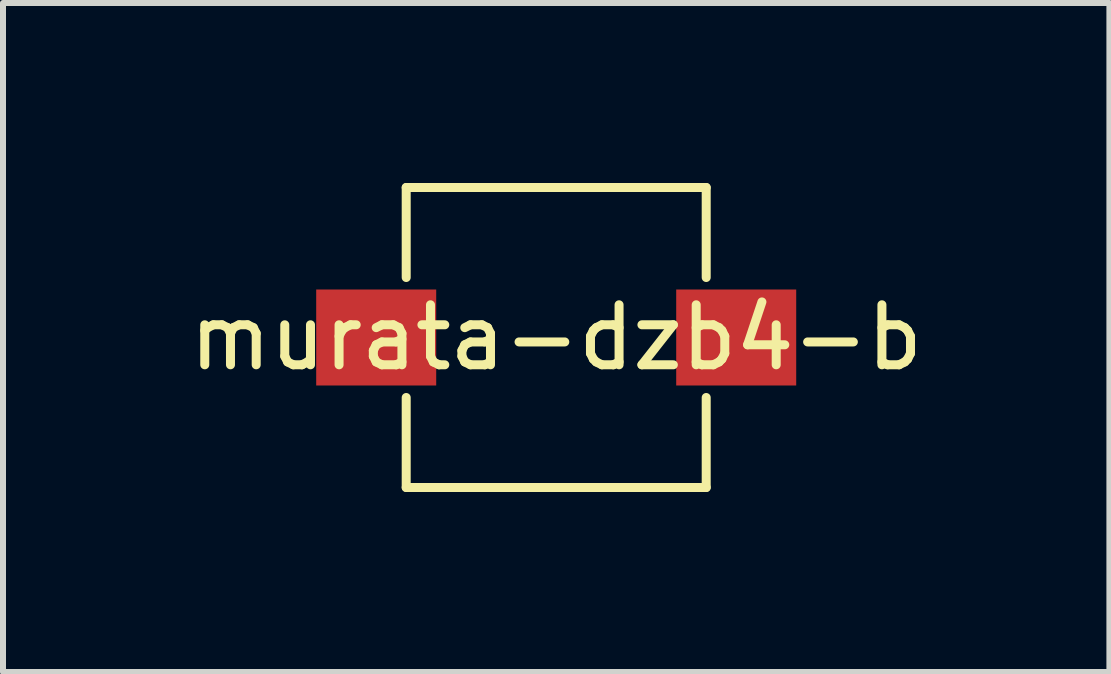
<source format=kicad_pcb>
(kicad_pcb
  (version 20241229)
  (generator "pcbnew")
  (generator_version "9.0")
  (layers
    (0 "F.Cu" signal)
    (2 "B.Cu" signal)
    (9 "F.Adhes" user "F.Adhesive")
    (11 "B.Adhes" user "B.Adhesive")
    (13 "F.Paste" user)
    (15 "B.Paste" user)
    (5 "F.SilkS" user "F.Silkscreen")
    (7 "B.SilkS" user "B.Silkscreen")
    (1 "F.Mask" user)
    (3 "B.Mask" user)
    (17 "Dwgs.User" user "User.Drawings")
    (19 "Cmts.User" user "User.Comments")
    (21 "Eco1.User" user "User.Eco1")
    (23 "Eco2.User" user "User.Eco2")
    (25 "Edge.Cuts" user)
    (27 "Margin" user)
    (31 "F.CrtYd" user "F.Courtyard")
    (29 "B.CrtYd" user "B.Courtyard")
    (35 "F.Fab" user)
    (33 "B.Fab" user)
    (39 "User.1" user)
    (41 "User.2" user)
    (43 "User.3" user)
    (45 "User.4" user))
  (footprint "murata-dzb4-b"
    (layer "F.Cu")
    (at 6.22 2.575)
    (property "Reference" "murata-dzb4-b" (at 0 0 0) (layer "F.SilkS") (effects (font (size 1 1) (thickness 0.15))))
    (attr through_hole)
    (fp_line (start -2.5 -2.5) (end 2.5 -2.5) (stroke (width 0.15) (type solid)) (layer "F.SilkS"))
    (fp_line (start -2.5 -1) (end -2.5 -2.5) (stroke (width 0.15) (type solid)) (layer "F.SilkS"))
    (fp_line (start -2.5 1) (end -2.5 2.5) (stroke (width 0.15) (type solid)) (layer "F.SilkS"))
    (fp_line (start -2.5 2.5) (end 2.5 2.5) (stroke (width 0.15) (type solid)) (layer "F.SilkS"))
    (fp_line (start 2.5 -2.5) (end 2.5 -1) (stroke (width 0.15) (type solid)) (layer "F.SilkS"))
    (fp_line (start 2.5 2.5) (end 2.5 1) (stroke (width 0.15) (type solid)) (layer "F.SilkS"))
    (pad "1" smd rect (at 3 0) (size 2 1.6) (layers "F.Cu" "F.Mask" "F.Paste"))
    (pad "2" smd rect (at -3 0) (size 2 1.6) (layers "F.Cu" "F.Mask" "F.Paste")))
  (gr_rect
    (start -3 -3)
    (end 15.44 8.15)
    (stroke (width 0.1) (type default))
    (fill no)
    (layer "Edge.Cuts")))
</source>
